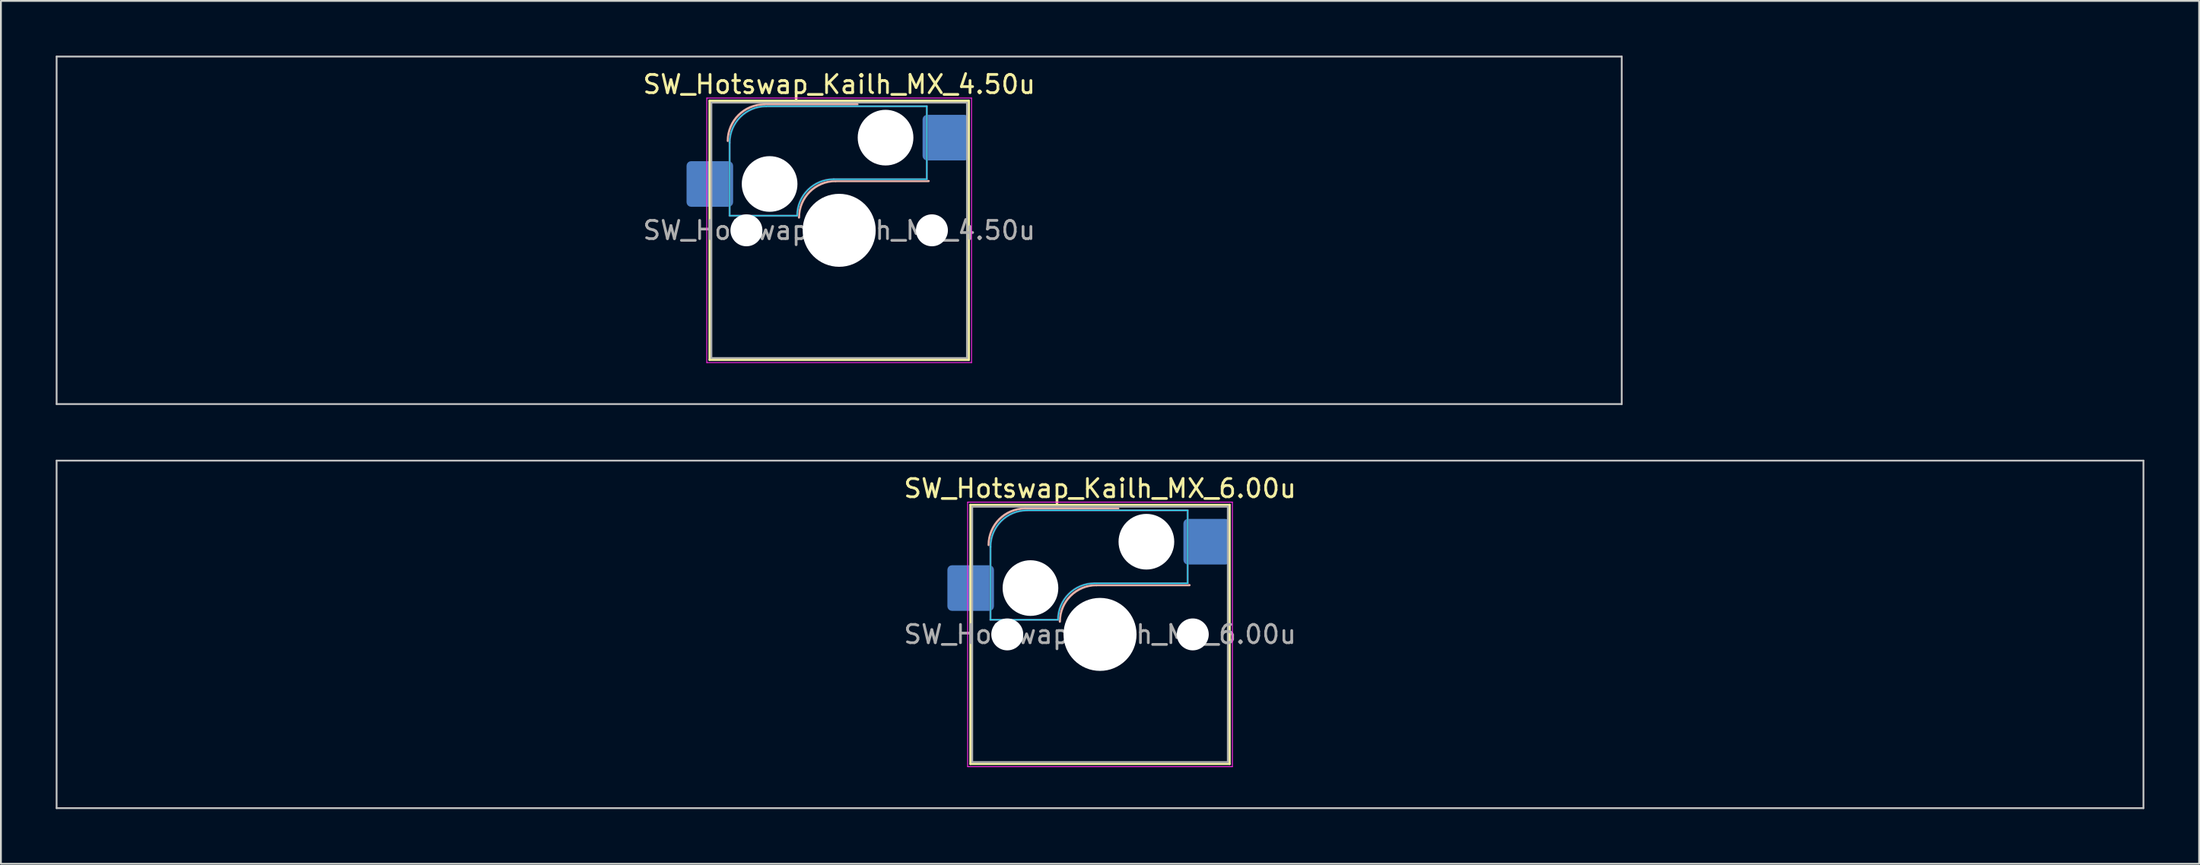
<source format=kicad_pcb>
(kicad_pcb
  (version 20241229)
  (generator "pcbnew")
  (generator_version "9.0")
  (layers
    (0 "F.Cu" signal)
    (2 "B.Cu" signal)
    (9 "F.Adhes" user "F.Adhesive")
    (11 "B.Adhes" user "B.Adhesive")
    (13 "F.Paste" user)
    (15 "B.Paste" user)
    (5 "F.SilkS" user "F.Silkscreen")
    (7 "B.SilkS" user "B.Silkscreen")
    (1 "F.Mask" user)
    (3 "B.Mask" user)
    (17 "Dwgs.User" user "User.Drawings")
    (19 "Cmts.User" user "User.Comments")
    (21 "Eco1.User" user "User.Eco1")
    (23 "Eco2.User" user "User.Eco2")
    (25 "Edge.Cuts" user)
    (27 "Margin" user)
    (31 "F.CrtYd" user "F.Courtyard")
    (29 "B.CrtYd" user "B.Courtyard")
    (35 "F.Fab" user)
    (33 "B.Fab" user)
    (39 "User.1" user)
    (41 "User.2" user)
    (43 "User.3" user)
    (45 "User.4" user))
  (footprint "SW_Hotswap_Kailh_MX_4.50u"
    (layer "F.Cu")
    (at 42.913 9.575)
    (property "Reference" "SW_Hotswap_Kailh_MX_4.50u" (at 0 -8 0) (layer "F.SilkS") (effects (font (size 1 1) (thickness 0.15))))
    (attr smd)
    (fp_line (start -7.1 -7.1) (end -7.1 7.1) (stroke (width 0.12) (type solid)) (layer "F.SilkS"))
    (fp_line (start -7.1 7.1) (end 7.1 7.1) (stroke (width 0.12) (type solid)) (layer "F.SilkS"))
    (fp_line (start 7.1 -7.1) (end -7.1 -7.1) (stroke (width 0.12) (type solid)) (layer "F.SilkS"))
    (fp_line (start 7.1 7.1) (end 7.1 -7.1) (stroke (width 0.12) (type solid)) (layer "F.SilkS"))
    (fp_line (start -4.1 -6.9) (end 1 -6.9) (stroke (width 0.12) (type solid)) (layer "B.SilkS"))
    (fp_line (start -0.2 -2.7) (end 4.9 -2.7) (stroke (width 0.12) (type solid)) (layer "B.SilkS"))
    (fp_arc (start -6.1 -4.9) (mid -5.514214 -6.314214) (end -4.1 -6.9) (stroke (width 0.12) (type solid)) (layer "B.SilkS"))
    (fp_arc (start -2.2 -0.7) (mid -1.614214 -2.114214) (end -0.2 -2.7) (stroke (width 0.12) (type solid)) (layer "B.SilkS"))
    (fp_line (start -42.862 -9.525) (end -42.862 9.525) (stroke (width 0.1) (type solid)) (layer "Dwgs.User"))
    (fp_line (start -42.862 9.525) (end 42.862 9.525) (stroke (width 0.1) (type solid)) (layer "Dwgs.User"))
    (fp_line (start 42.862 -9.525) (end -42.862 -9.525) (stroke (width 0.1) (type solid)) (layer "Dwgs.User"))
    (fp_line (start 42.862 9.525) (end 42.862 -9.525) (stroke (width 0.1) (type solid)) (layer "Dwgs.User"))
    (fp_line (start -7.8 -6) (end -7 -6) (stroke (width 0.1) (type solid)) (layer "Eco1.User"))
    (fp_line (start -7.8 -2.9) (end -7.8 -6) (stroke (width 0.1) (type solid)) (layer "Eco1.User"))
    (fp_line (start -7.8 2.9) (end -7 2.9) (stroke (width 0.1) (type solid)) (layer "Eco1.User"))
    (fp_line (start -7.8 6) (end -7.8 2.9) (stroke (width 0.1) (type solid)) (layer "Eco1.User"))
    (fp_line (start -7 -7) (end 7 -7) (stroke (width 0.1) (type solid)) (layer "Eco1.User"))
    (fp_line (start -7 -6) (end -7 -7) (stroke (width 0.1) (type solid)) (layer "Eco1.User"))
    (fp_line (start -7 -2.9) (end -7.8 -2.9) (stroke (width 0.1) (type solid)) (layer "Eco1.User"))
    (fp_line (start -7 2.9) (end -7 -2.9) (stroke (width 0.1) (type solid)) (layer "Eco1.User"))
    (fp_line (start -7 6) (end -7.8 6) (stroke (width 0.1) (type solid)) (layer "Eco1.User"))
    (fp_line (start -7 7) (end -7 6) (stroke (width 0.1) (type solid)) (layer "Eco1.User"))
    (fp_line (start 7 -7) (end 7 -6) (stroke (width 0.1) (type solid)) (layer "Eco1.User"))
    (fp_line (start 7 -6) (end 7.8 -6) (stroke (width 0.1) (type solid)) (layer "Eco1.User"))
    (fp_line (start 7 -2.9) (end 7 2.9) (stroke (width 0.1) (type solid)) (layer "Eco1.User"))
    (fp_line (start 7 2.9) (end 7.8 2.9) (stroke (width 0.1) (type solid)) (layer "Eco1.User"))
    (fp_line (start 7 6) (end 7 7) (stroke (width 0.1) (type solid)) (layer "Eco1.User"))
    (fp_line (start 7 7) (end -7 7) (stroke (width 0.1) (type solid)) (layer "Eco1.User"))
    (fp_line (start 7.8 -6) (end 7.8 -2.9) (stroke (width 0.1) (type solid)) (layer "Eco1.User"))
    (fp_line (start 7.8 -2.9) (end 7 -2.9) (stroke (width 0.1) (type solid)) (layer "Eco1.User"))
    (fp_line (start 7.8 2.9) (end 7.8 6) (stroke (width 0.1) (type solid)) (layer "Eco1.User"))
    (fp_line (start 7.8 6) (end 7 6) (stroke (width 0.1) (type solid)) (layer "Eco1.User"))
    (fp_line (start -6 -0.8) (end -6 -4.8) (stroke (width 0.05) (type solid)) (layer "B.CrtYd"))
    (fp_line (start -6 -0.8) (end -2.3 -0.8) (stroke (width 0.05) (type solid)) (layer "B.CrtYd"))
    (fp_line (start -4 -6.8) (end 4.8 -6.8) (stroke (width 0.05) (type solid)) (layer "B.CrtYd"))
    (fp_line (start -0.3 -2.8) (end 4.8 -2.8) (stroke (width 0.05) (type solid)) (layer "B.CrtYd"))
    (fp_line (start 4.8 -6.8) (end 4.8 -2.8) (stroke (width 0.05) (type solid)) (layer "B.CrtYd"))
    (fp_arc (start -6 -4.8) (mid -5.414214 -6.214214) (end -4 -6.8) (stroke (width 0.05) (type solid)) (layer "B.CrtYd"))
    (fp_arc (start -2.3 -0.8) (mid -1.714214 -2.214214) (end -0.3 -2.8) (stroke (width 0.05) (type solid)) (layer "B.CrtYd"))
    (fp_line (start -7.25 -7.25) (end -7.25 7.25) (stroke (width 0.05) (type solid)) (layer "F.CrtYd"))
    (fp_line (start -7.25 7.25) (end 7.25 7.25) (stroke (width 0.05) (type solid)) (layer "F.CrtYd"))
    (fp_line (start 7.25 -7.25) (end -7.25 -7.25) (stroke (width 0.05) (type solid)) (layer "F.CrtYd"))
    (fp_line (start 7.25 7.25) (end 7.25 -7.25) (stroke (width 0.05) (type solid)) (layer "F.CrtYd"))
    (fp_line (start -6 -0.8) (end -6 -4.8) (stroke (width 0.12) (type solid)) (layer "B.Fab"))
    (fp_line (start -6 -0.8) (end -2.3 -0.8) (stroke (width 0.12) (type solid)) (layer "B.Fab"))
    (fp_line (start -4 -6.8) (end 4.8 -6.8) (stroke (width 0.12) (type solid)) (layer "B.Fab"))
    (fp_line (start -0.3 -2.8) (end 4.8 -2.8) (stroke (width 0.12) (type solid)) (layer "B.Fab"))
    (fp_line (start 4.8 -6.8) (end 4.8 -2.8) (stroke (width 0.12) (type solid)) (layer "B.Fab"))
    (fp_arc (start -6 -4.8) (mid -5.414214 -6.214214) (end -4 -6.8) (stroke (width 0.12) (type solid)) (layer "B.Fab"))
    (fp_arc (start -2.3 -0.8) (mid -1.714214 -2.214214) (end -0.3 -2.8) (stroke (width 0.12) (type solid)) (layer "B.Fab"))
    (fp_line (start -7 -7) (end -7 7) (stroke (width 0.1) (type solid)) (layer "F.Fab"))
    (fp_line (start -7 7) (end 7 7) (stroke (width 0.1) (type solid)) (layer "F.Fab"))
    (fp_line (start 7 -7) (end -7 -7) (stroke (width 0.1) (type solid)) (layer "F.Fab"))
    (fp_line (start 7 7) (end 7 -7) (stroke (width 0.1) (type solid)) (layer "F.Fab"))
    (fp_text user "${REFERENCE}" (at 0 0 0) (layer "F.Fab") (effects (font (size 1 1) (thickness 0.15))))
    (pad "" np_thru_hole circle (at -5.08 0) (size 1.75 1.75) (drill 1.75) (layers "*.Cu" "*.Mask"))
    (pad "" np_thru_hole circle (at -3.81 -2.54) (size 3.05 3.05) (drill 3.05) (layers "*.Cu" "*.Mask"))
    (pad "" np_thru_hole circle (at 0 0) (size 4 4) (drill 4) (layers "*.Cu" "*.Mask"))
    (pad "" np_thru_hole circle (at 2.54 -5.08) (size 3.05 3.05) (drill 3.05) (layers "*.Cu" "*.Mask"))
    (pad "" np_thru_hole circle (at 5.08 0) (size 1.75 1.75) (drill 1.75) (layers "*.Cu" "*.Mask"))
    (pad "1" smd roundrect (at -7.085 -2.54) (size 2.55 2.5) (layers "B.Cu" "B.Mask" "B.Paste") (roundrect_rratio 0.1))
    (pad "2" smd roundrect (at 5.842 -5.08) (size 2.55 2.5) (layers "B.Cu" "B.Mask" "B.Paste") (roundrect_rratio 0.1)))
  (footprint "SW_Hotswap_Kailh_MX_6.00u"
    (layer "F.Cu")
    (at 57.2 31.725)
    (property "Reference" "SW_Hotswap_Kailh_MX_6.00u" (at 0 -8 0) (layer "F.SilkS") (effects (font (size 1 1) (thickness 0.15))))
    (attr smd)
    (fp_line (start -7.1 -7.1) (end -7.1 7.1) (stroke (width 0.12) (type solid)) (layer "F.SilkS"))
    (fp_line (start -7.1 7.1) (end 7.1 7.1) (stroke (width 0.12) (type solid)) (layer "F.SilkS"))
    (fp_line (start 7.1 -7.1) (end -7.1 -7.1) (stroke (width 0.12) (type solid)) (layer "F.SilkS"))
    (fp_line (start 7.1 7.1) (end 7.1 -7.1) (stroke (width 0.12) (type solid)) (layer "F.SilkS"))
    (fp_line (start -4.1 -6.9) (end 1 -6.9) (stroke (width 0.12) (type solid)) (layer "B.SilkS"))
    (fp_line (start -0.2 -2.7) (end 4.9 -2.7) (stroke (width 0.12) (type solid)) (layer "B.SilkS"))
    (fp_arc (start -6.1 -4.9) (mid -5.514214 -6.314214) (end -4.1 -6.9) (stroke (width 0.12) (type solid)) (layer "B.SilkS"))
    (fp_arc (start -2.2 -0.7) (mid -1.614214 -2.114214) (end -0.2 -2.7) (stroke (width 0.12) (type solid)) (layer "B.SilkS"))
    (fp_line (start -57.15 -9.525) (end -57.15 9.525) (stroke (width 0.1) (type solid)) (layer "Dwgs.User"))
    (fp_line (start -57.15 9.525) (end 57.15 9.525) (stroke (width 0.1) (type solid)) (layer "Dwgs.User"))
    (fp_line (start 57.15 -9.525) (end -57.15 -9.525) (stroke (width 0.1) (type solid)) (layer "Dwgs.User"))
    (fp_line (start 57.15 9.525) (end 57.15 -9.525) (stroke (width 0.1) (type solid)) (layer "Dwgs.User"))
    (fp_line (start -7.8 -6) (end -7 -6) (stroke (width 0.1) (type solid)) (layer "Eco1.User"))
    (fp_line (start -7.8 -2.9) (end -7.8 -6) (stroke (width 0.1) (type solid)) (layer "Eco1.User"))
    (fp_line (start -7.8 2.9) (end -7 2.9) (stroke (width 0.1) (type solid)) (layer "Eco1.User"))
    (fp_line (start -7.8 6) (end -7.8 2.9) (stroke (width 0.1) (type solid)) (layer "Eco1.User"))
    (fp_line (start -7 -7) (end 7 -7) (stroke (width 0.1) (type solid)) (layer "Eco1.User"))
    (fp_line (start -7 -6) (end -7 -7) (stroke (width 0.1) (type solid)) (layer "Eco1.User"))
    (fp_line (start -7 -2.9) (end -7.8 -2.9) (stroke (width 0.1) (type solid)) (layer "Eco1.User"))
    (fp_line (start -7 2.9) (end -7 -2.9) (stroke (width 0.1) (type solid)) (layer "Eco1.User"))
    (fp_line (start -7 6) (end -7.8 6) (stroke (width 0.1) (type solid)) (layer "Eco1.User"))
    (fp_line (start -7 7) (end -7 6) (stroke (width 0.1) (type solid)) (layer "Eco1.User"))
    (fp_line (start 7 -7) (end 7 -6) (stroke (width 0.1) (type solid)) (layer "Eco1.User"))
    (fp_line (start 7 -6) (end 7.8 -6) (stroke (width 0.1) (type solid)) (layer "Eco1.User"))
    (fp_line (start 7 -2.9) (end 7 2.9) (stroke (width 0.1) (type solid)) (layer "Eco1.User"))
    (fp_line (start 7 2.9) (end 7.8 2.9) (stroke (width 0.1) (type solid)) (layer "Eco1.User"))
    (fp_line (start 7 6) (end 7 7) (stroke (width 0.1) (type solid)) (layer "Eco1.User"))
    (fp_line (start 7 7) (end -7 7) (stroke (width 0.1) (type solid)) (layer "Eco1.User"))
    (fp_line (start 7.8 -6) (end 7.8 -2.9) (stroke (width 0.1) (type solid)) (layer "Eco1.User"))
    (fp_line (start 7.8 -2.9) (end 7 -2.9) (stroke (width 0.1) (type solid)) (layer "Eco1.User"))
    (fp_line (start 7.8 2.9) (end 7.8 6) (stroke (width 0.1) (type solid)) (layer "Eco1.User"))
    (fp_line (start 7.8 6) (end 7 6) (stroke (width 0.1) (type solid)) (layer "Eco1.User"))
    (fp_line (start -6 -0.8) (end -6 -4.8) (stroke (width 0.05) (type solid)) (layer "B.CrtYd"))
    (fp_line (start -6 -0.8) (end -2.3 -0.8) (stroke (width 0.05) (type solid)) (layer "B.CrtYd"))
    (fp_line (start -4 -6.8) (end 4.8 -6.8) (stroke (width 0.05) (type solid)) (layer "B.CrtYd"))
    (fp_line (start -0.3 -2.8) (end 4.8 -2.8) (stroke (width 0.05) (type solid)) (layer "B.CrtYd"))
    (fp_line (start 4.8 -6.8) (end 4.8 -2.8) (stroke (width 0.05) (type solid)) (layer "B.CrtYd"))
    (fp_arc (start -6 -4.8) (mid -5.414214 -6.214214) (end -4 -6.8) (stroke (width 0.05) (type solid)) (layer "B.CrtYd"))
    (fp_arc (start -2.3 -0.8) (mid -1.714214 -2.214214) (end -0.3 -2.8) (stroke (width 0.05) (type solid)) (layer "B.CrtYd"))
    (fp_line (start -7.25 -7.25) (end -7.25 7.25) (stroke (width 0.05) (type solid)) (layer "F.CrtYd"))
    (fp_line (start -7.25 7.25) (end 7.25 7.25) (stroke (width 0.05) (type solid)) (layer "F.CrtYd"))
    (fp_line (start 7.25 -7.25) (end -7.25 -7.25) (stroke (width 0.05) (type solid)) (layer "F.CrtYd"))
    (fp_line (start 7.25 7.25) (end 7.25 -7.25) (stroke (width 0.05) (type solid)) (layer "F.CrtYd"))
    (fp_line (start -6 -0.8) (end -6 -4.8) (stroke (width 0.12) (type solid)) (layer "B.Fab"))
    (fp_line (start -6 -0.8) (end -2.3 -0.8) (stroke (width 0.12) (type solid)) (layer "B.Fab"))
    (fp_line (start -4 -6.8) (end 4.8 -6.8) (stroke (width 0.12) (type solid)) (layer "B.Fab"))
    (fp_line (start -0.3 -2.8) (end 4.8 -2.8) (stroke (width 0.12) (type solid)) (layer "B.Fab"))
    (fp_line (start 4.8 -6.8) (end 4.8 -2.8) (stroke (width 0.12) (type solid)) (layer "B.Fab"))
    (fp_arc (start -6 -4.8) (mid -5.414214 -6.214214) (end -4 -6.8) (stroke (width 0.12) (type solid)) (layer "B.Fab"))
    (fp_arc (start -2.3 -0.8) (mid -1.714214 -2.214214) (end -0.3 -2.8) (stroke (width 0.12) (type solid)) (layer "B.Fab"))
    (fp_line (start -7 -7) (end -7 7) (stroke (width 0.1) (type solid)) (layer "F.Fab"))
    (fp_line (start -7 7) (end 7 7) (stroke (width 0.1) (type solid)) (layer "F.Fab"))
    (fp_line (start 7 -7) (end -7 -7) (stroke (width 0.1) (type solid)) (layer "F.Fab"))
    (fp_line (start 7 7) (end 7 -7) (stroke (width 0.1) (type solid)) (layer "F.Fab"))
    (fp_text user "${REFERENCE}" (at 0 0 0) (layer "F.Fab") (effects (font (size 1 1) (thickness 0.15))))
    (pad "" np_thru_hole circle (at -5.08 0) (size 1.75 1.75) (drill 1.75) (layers "*.Cu" "*.Mask"))
    (pad "" np_thru_hole circle (at -3.81 -2.54) (size 3.05 3.05) (drill 3.05) (layers "*.Cu" "*.Mask"))
    (pad "" np_thru_hole circle (at 0 0) (size 4 4) (drill 4) (layers "*.Cu" "*.Mask"))
    (pad "" np_thru_hole circle (at 2.54 -5.08) (size 3.05 3.05) (drill 3.05) (layers "*.Cu" "*.Mask"))
    (pad "" np_thru_hole circle (at 5.08 0) (size 1.75 1.75) (drill 1.75) (layers "*.Cu" "*.Mask"))
    (pad "1" smd roundrect (at -7.085 -2.54) (size 2.55 2.5) (layers "B.Cu" "B.Mask" "B.Paste") (roundrect_rratio 0.1))
    (pad "2" smd roundrect (at 5.842 -5.08) (size 2.55 2.5) (layers "B.Cu" "B.Mask" "B.Paste") (roundrect_rratio 0.1)))
  (gr_rect
    (start -3 -3)
    (end 117.4 44.3)
    (stroke (width 0.1) (type default))
    (fill no)
    (layer "Edge.Cuts")))
</source>
